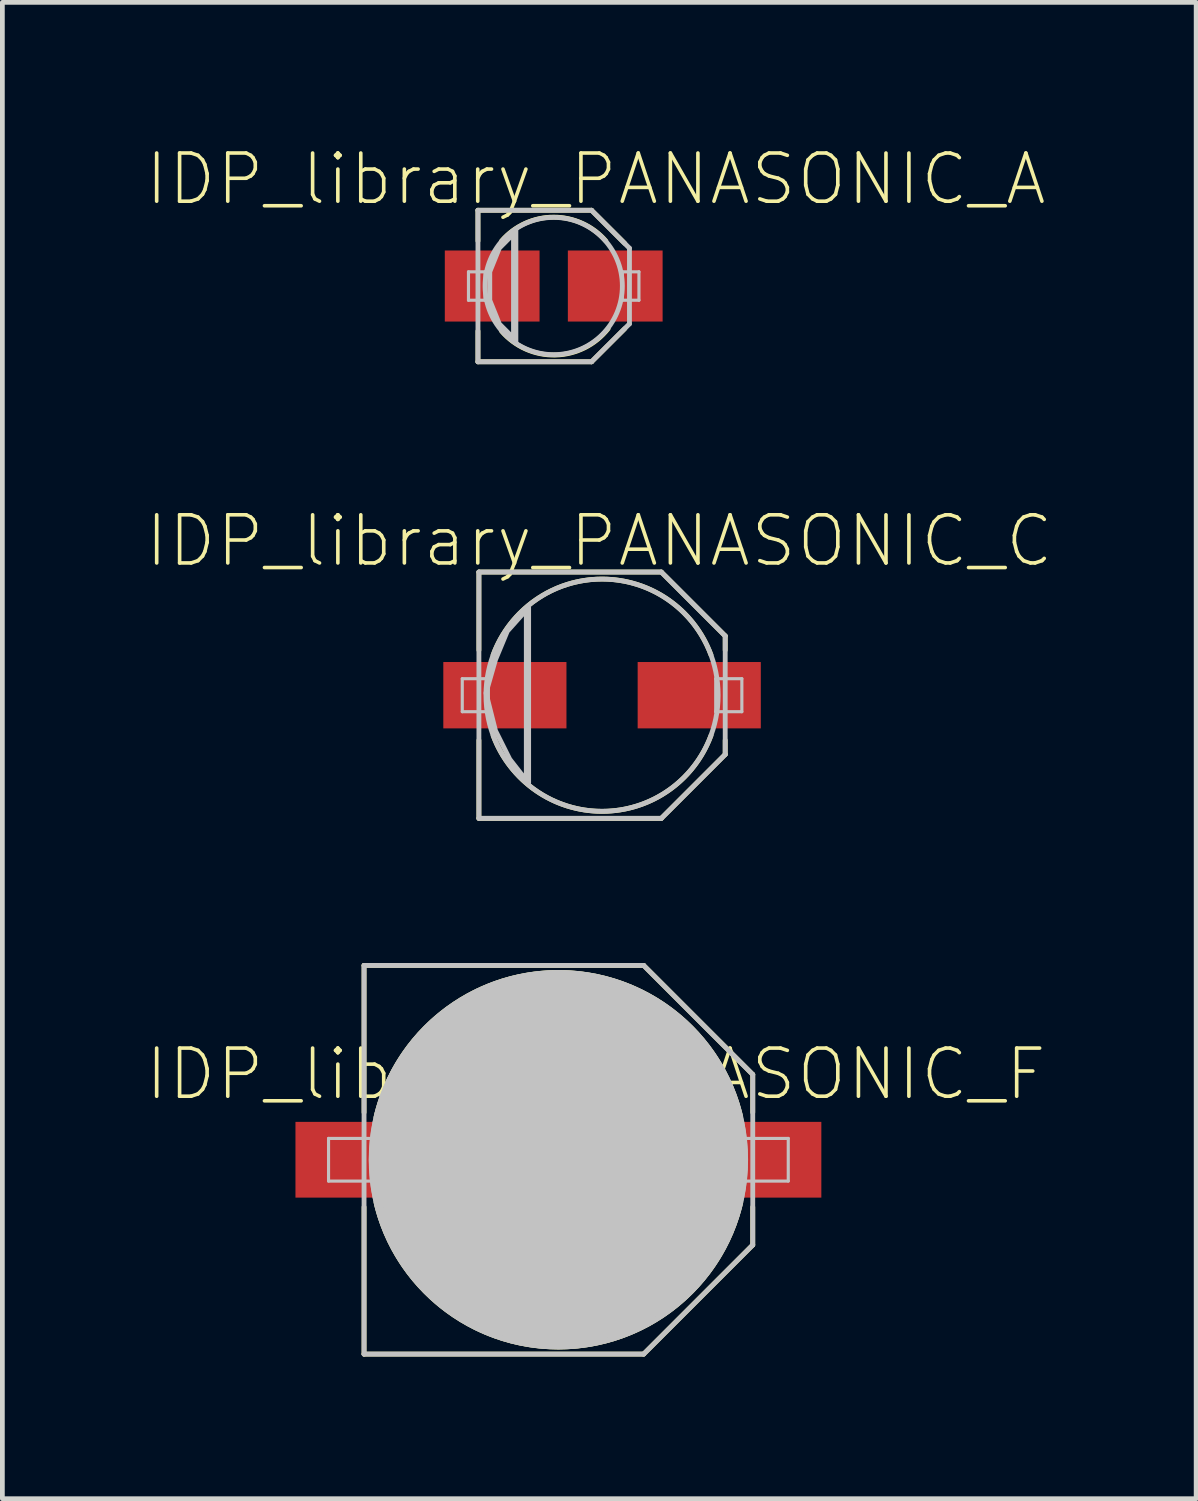
<source format=kicad_pcb>
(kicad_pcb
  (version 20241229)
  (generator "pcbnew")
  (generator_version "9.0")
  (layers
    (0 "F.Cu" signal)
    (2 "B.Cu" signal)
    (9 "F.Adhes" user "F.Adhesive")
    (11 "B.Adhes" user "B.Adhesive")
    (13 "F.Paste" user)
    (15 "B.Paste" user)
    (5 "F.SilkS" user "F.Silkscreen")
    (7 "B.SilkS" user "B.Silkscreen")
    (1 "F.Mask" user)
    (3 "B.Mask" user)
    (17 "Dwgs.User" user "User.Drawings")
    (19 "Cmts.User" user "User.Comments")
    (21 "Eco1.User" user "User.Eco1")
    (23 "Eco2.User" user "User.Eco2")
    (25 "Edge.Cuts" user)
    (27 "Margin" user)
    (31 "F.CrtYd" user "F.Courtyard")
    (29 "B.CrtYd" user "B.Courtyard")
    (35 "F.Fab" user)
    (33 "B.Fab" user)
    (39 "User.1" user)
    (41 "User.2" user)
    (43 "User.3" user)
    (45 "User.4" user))
  (footprint "IDP_library_PANASONIC_F"
    (layer "F.Cu")
    (at 8.73 21.416)
    (property "Reference" "IDP_library_PANASONIC_F" (at 0.79 -1.806 0) (layer "F.SilkS") (effects (font (size 1.016 1.016) (thickness 0.076))))
    (attr smd)
    (fp_line (start -4.1 -4.1) (end 1.798 -4.1) (stroke (width 0.102) (type solid)) (layer "F.SilkS"))
    (fp_line (start -4.1 -0.998) (end -4.1 -4.1) (stroke (width 0.102) (type solid)) (layer "F.SilkS"))
    (fp_line (start -4.1 4.1) (end -4.1 0.998) (stroke (width 0.102) (type solid)) (layer "F.SilkS"))
    (fp_line (start 1.798 -4.1) (end 4.1 -1.798) (stroke (width 0.102) (type solid)) (layer "F.SilkS"))
    (fp_line (start 1.798 4.1) (end -4.1 4.1) (stroke (width 0.102) (type solid)) (layer "F.SilkS"))
    (fp_line (start 4.1 -1.798) (end 4.1 -0.998) (stroke (width 0.102) (type solid)) (layer "F.SilkS"))
    (fp_line (start 4.1 0.998) (end 4.1 1.798) (stroke (width 0.102) (type solid)) (layer "F.SilkS"))
    (fp_line (start 4.1 1.798) (end 1.798 4.1) (stroke (width 0.102) (type solid)) (layer "F.SilkS"))
    (fp_arc (start -3.8481 -0.89916) (mid -0.003314 -3.951753) (end 3.846587 -0.905612) (stroke (width 0.1016) (type solid)) (layer "F.SilkS"))
    (fp_arc (start 3.8481 0.89916) (mid 0.003314 3.951753) (end -3.846587 0.905612) (stroke (width 0.1016) (type solid)) (layer "F.SilkS"))
    (fp_line (start -4.849 -0.45) (end -3.899 -0.45) (stroke (width 0.066) (type solid)) (layer "Dwgs.User"))
    (fp_line (start -4.849 0.45) (end -4.849 -0.45) (stroke (width 0.066) (type solid)) (layer "Dwgs.User"))
    (fp_line (start -4.849 0.45) (end -3.899 0.45) (stroke (width 0.066) (type solid)) (layer "Dwgs.User"))
    (fp_line (start -4.1 -4.1) (end 1.798 -4.1) (stroke (width 0.102) (type solid)) (layer "Dwgs.User"))
    (fp_line (start -4.1 4.1) (end -4.1 -4.1) (stroke (width 0.102) (type solid)) (layer "Dwgs.User"))
    (fp_line (start -3.899 0.45) (end -3.899 -0.45) (stroke (width 0.066) (type solid)) (layer "Dwgs.User"))
    (fp_line (start -2.2 -3.249) (end -2.2 3.249) (stroke (width 0.102) (type solid)) (layer "Dwgs.User"))
    (fp_line (start 1.798 -4.1) (end 4.1 -1.798) (stroke (width 0.102) (type solid)) (layer "Dwgs.User"))
    (fp_line (start 1.798 4.1) (end -4.1 4.1) (stroke (width 0.102) (type solid)) (layer "Dwgs.User"))
    (fp_line (start 3.899 -0.45) (end 4.849 -0.45) (stroke (width 0.066) (type solid)) (layer "Dwgs.User"))
    (fp_line (start 3.899 0.45) (end 3.899 -0.45) (stroke (width 0.066) (type solid)) (layer "Dwgs.User"))
    (fp_line (start 3.899 0.45) (end 4.849 0.45) (stroke (width 0.066) (type solid)) (layer "Dwgs.User"))
    (fp_line (start 4.1 -1.798) (end 4.1 1.798) (stroke (width 0.102) (type solid)) (layer "Dwgs.User"))
    (fp_line (start 4.1 1.798) (end 1.798 4.1) (stroke (width 0.102) (type solid)) (layer "Dwgs.User"))
    (fp_line (start 4.849 0.45) (end 4.849 -0.45) (stroke (width 0.066) (type solid)) (layer "Dwgs.User"))
    (fp_circle (center 0 0) (end 0 -3.998) (stroke (width 0) (type solid)) (fill yes) (layer "Dwgs.User"))
    (fp_circle (center 0 0) (end 0 -3.95) (stroke (width 0.102) (type solid)) (fill no) (layer "Dwgs.User"))
    (fp_poly (pts (xy -2.248 -3.198) (xy -3 -2.499) (xy -3.599 -1.499) (xy -3.848 -0.648) (xy -3.848 0.648) (xy -3.548 1.598) (xy -2.949 2.548) (xy -2.248 3.198) (xy -2.248 -3.15) (xy -2.248 -3.198)) (stroke (width 0.102) (type solid)) (fill no) (layer "Dwgs.User"))
    (pad "+" smd rect (at 3.548 0) (size 3.998 1.598) (layers "F.Cu" "F.Mask" "F.Paste"))
    (pad "-" smd rect (at -3.548 0) (size 3.998 1.598) (layers "F.Cu" "F.Mask" "F.Paste")))
  (footprint "IDP_library_PANASONIC_A"
    (layer "F.Cu")
    (at 8.631 2.984)
    (property "Reference" "IDP_library_PANASONIC_A" (at 0.889 -2.256 0) (layer "F.SilkS") (effects (font (size 1.016 1.016) (thickness 0.076))))
    (attr smd)
    (fp_line (start -1.598 -1.598) (end 0.798 -1.598) (stroke (width 0.102) (type solid)) (layer "F.SilkS"))
    (fp_line (start -1.598 -0.95) (end -1.598 -1.598) (stroke (width 0.102) (type solid)) (layer "F.SilkS"))
    (fp_line (start -1.598 1.598) (end -1.598 0.95) (stroke (width 0.102) (type solid)) (layer "F.SilkS"))
    (fp_line (start 0.798 -1.598) (end 1.499 -0.899) (stroke (width 0.102) (type solid)) (layer "F.SilkS"))
    (fp_line (start 0.798 1.598) (end -1.598 1.598) (stroke (width 0.102) (type solid)) (layer "F.SilkS"))
    (fp_line (start 1.499 0.899) (end 0.798 1.598) (stroke (width 0.102) (type solid)) (layer "F.SilkS"))
    (fp_arc (start -1.09982 -0.94996) (mid -0.000798 -1.453282) (end 1.098776 -0.951168) (stroke (width 0.1016) (type solid)) (layer "F.SilkS"))
    (fp_arc (start 1.14808 0.89916) (mid 0.036109 1.455893) (end -1.100341 0.951002) (stroke (width 0.1016) (type solid)) (layer "F.SilkS"))
    (fp_line (start -1.798 -0.3) (end -1.448 -0.3) (stroke (width 0.066) (type solid)) (layer "Dwgs.User"))
    (fp_line (start -1.798 0.3) (end -1.798 -0.3) (stroke (width 0.066) (type solid)) (layer "Dwgs.User"))
    (fp_line (start -1.798 0.3) (end -1.448 0.3) (stroke (width 0.066) (type solid)) (layer "Dwgs.User"))
    (fp_line (start -1.598 -1.598) (end 0.798 -1.598) (stroke (width 0.102) (type solid)) (layer "Dwgs.User"))
    (fp_line (start -1.598 1.598) (end -1.598 -1.598) (stroke (width 0.102) (type solid)) (layer "Dwgs.User"))
    (fp_line (start -1.448 0.3) (end -1.448 -0.3) (stroke (width 0.066) (type solid)) (layer "Dwgs.User"))
    (fp_line (start -0.798 -1.199) (end -0.798 1.199) (stroke (width 0.102) (type solid)) (layer "Dwgs.User"))
    (fp_line (start 0.798 -1.598) (end 1.598 -0.798) (stroke (width 0.102) (type solid)) (layer "Dwgs.User"))
    (fp_line (start 0.798 1.598) (end -1.598 1.598) (stroke (width 0.102) (type solid)) (layer "Dwgs.User"))
    (fp_line (start 1.448 -0.3) (end 1.798 -0.3) (stroke (width 0.066) (type solid)) (layer "Dwgs.User"))
    (fp_line (start 1.448 0.3) (end 1.448 -0.3) (stroke (width 0.066) (type solid)) (layer "Dwgs.User"))
    (fp_line (start 1.448 0.3) (end 1.798 0.3) (stroke (width 0.066) (type solid)) (layer "Dwgs.User"))
    (fp_line (start 1.598 -0.798) (end 1.598 0.798) (stroke (width 0.102) (type solid)) (layer "Dwgs.User"))
    (fp_line (start 1.598 0.798) (end 0.798 1.598) (stroke (width 0.102) (type solid)) (layer "Dwgs.User"))
    (fp_line (start 1.798 0.3) (end 1.798 -0.3) (stroke (width 0.066) (type solid)) (layer "Dwgs.User"))
    (fp_circle (center 0 0) (end 0 -1.448) (stroke (width 0.102) (type solid)) (fill no) (layer "Dwgs.User"))
    (fp_poly (pts (xy -0.848 -1.1) (xy -1.148 -0.798) (xy -1.349 -0.3) (xy -1.349 0.3) (xy -1.148 0.798) (xy -0.848 1.1) (xy -0.848 -1.049) (xy -0.848 -1.1)) (stroke (width 0.102) (type solid)) (fill no) (layer "Dwgs.User"))
    (pad "+" smd rect (at 1.298 0) (size 1.999 1.499) (layers "F.Cu" "F.Mask" "F.Paste"))
    (pad "-" smd rect (at -1.298 0) (size 1.999 1.499) (layers "F.Cu" "F.Mask" "F.Paste")))
  (footprint "IDP_library_PANASONIC_C"
    (layer "F.Cu")
    (at 9.651 11.616)
    (property "Reference" "IDP_library_PANASONIC_C" (at -0.058 -3.256 0) (layer "F.SilkS") (effects (font (size 1.016 1.016) (thickness 0.076))))
    (attr smd)
    (fp_line (start -2.598 -2.598) (end 1.25 -2.598) (stroke (width 0.102) (type solid)) (layer "F.SilkS"))
    (fp_line (start -2.598 -0.95) (end -2.598 -2.598) (stroke (width 0.102) (type solid)) (layer "F.SilkS"))
    (fp_line (start -2.598 2.598) (end -2.598 0.95) (stroke (width 0.102) (type solid)) (layer "F.SilkS"))
    (fp_line (start 1.25 -2.598) (end 2.598 -1.25) (stroke (width 0.102) (type solid)) (layer "F.SilkS"))
    (fp_line (start 1.25 2.598) (end -2.598 2.598) (stroke (width 0.102) (type solid)) (layer "F.SilkS"))
    (fp_line (start 2.598 -1.25) (end 2.598 -0.95) (stroke (width 0.102) (type solid)) (layer "F.SilkS"))
    (fp_line (start 2.598 0.95) (end 2.598 1.25) (stroke (width 0.102) (type solid)) (layer "F.SilkS"))
    (fp_line (start 2.598 1.25) (end 1.25 2.598) (stroke (width 0.102) (type solid)) (layer "F.SilkS"))
    (fp_arc (start -2.2987 -0.84836) (mid -0.001833 -2.450252) (end 2.297428 -0.851799) (stroke (width 0.1016) (type solid)) (layer "F.SilkS"))
    (fp_arc (start 2.2987 0.84836) (mid 0.001833 2.450252) (end -2.297428 0.851799) (stroke (width 0.1016) (type solid)) (layer "F.SilkS"))
    (fp_line (start -2.949 -0.348) (end -2.398 -0.348) (stroke (width 0.066) (type solid)) (layer "Dwgs.User"))
    (fp_line (start -2.949 0.348) (end -2.949 -0.348) (stroke (width 0.066) (type solid)) (layer "Dwgs.User"))
    (fp_line (start -2.949 0.348) (end -2.398 0.348) (stroke (width 0.066) (type solid)) (layer "Dwgs.User"))
    (fp_line (start -2.598 -2.598) (end 1.25 -2.598) (stroke (width 0.102) (type solid)) (layer "Dwgs.User"))
    (fp_line (start -2.598 2.598) (end -2.598 -2.598) (stroke (width 0.102) (type solid)) (layer "Dwgs.User"))
    (fp_line (start -2.398 0.348) (end -2.398 -0.348) (stroke (width 0.066) (type solid)) (layer "Dwgs.User"))
    (fp_line (start -1.549 -1.849) (end -1.549 1.849) (stroke (width 0.102) (type solid)) (layer "Dwgs.User"))
    (fp_line (start 1.25 -2.598) (end 2.598 -1.25) (stroke (width 0.102) (type solid)) (layer "Dwgs.User"))
    (fp_line (start 1.25 2.598) (end -2.598 2.598) (stroke (width 0.102) (type solid)) (layer "Dwgs.User"))
    (fp_line (start 2.398 -0.348) (end 2.949 -0.348) (stroke (width 0.066) (type solid)) (layer "Dwgs.User"))
    (fp_line (start 2.398 0.348) (end 2.398 -0.348) (stroke (width 0.066) (type solid)) (layer "Dwgs.User"))
    (fp_line (start 2.398 0.348) (end 2.949 0.348) (stroke (width 0.066) (type solid)) (layer "Dwgs.User"))
    (fp_line (start 2.598 -1.25) (end 2.598 1.25) (stroke (width 0.102) (type solid)) (layer "Dwgs.User"))
    (fp_line (start 2.598 1.25) (end 1.25 2.598) (stroke (width 0.102) (type solid)) (layer "Dwgs.User"))
    (fp_line (start 2.949 0.348) (end 2.949 -0.348) (stroke (width 0.066) (type solid)) (layer "Dwgs.User"))
    (fp_circle (center 0 0) (end 0 -2.449) (stroke (width 0.102) (type solid)) (fill no) (layer "Dwgs.User"))
    (fp_poly (pts (xy -1.598 -1.798) (xy -1.999 -1.349) (xy -2.248 -0.749) (xy -2.449 -0.048) (xy -2.248 0.749) (xy -1.948 1.349) (xy -1.598 1.798) (xy -1.598 -1.798)) (stroke (width 0.102) (type solid)) (fill no) (layer "Dwgs.User"))
    (pad "+" smd rect (at 2.05 0) (size 2.598 1.4) (layers "F.Cu" "F.Mask" "F.Paste"))
    (pad "-" smd rect (at -2.05 0) (size 2.598 1.4) (layers "F.Cu" "F.Mask" "F.Paste")))
  (gr_rect
    (start -3 -3)
    (end 22.184 28.566)
    (stroke (width 0.1) (type default))
    (fill no)
    (layer "Edge.Cuts")))
</source>
